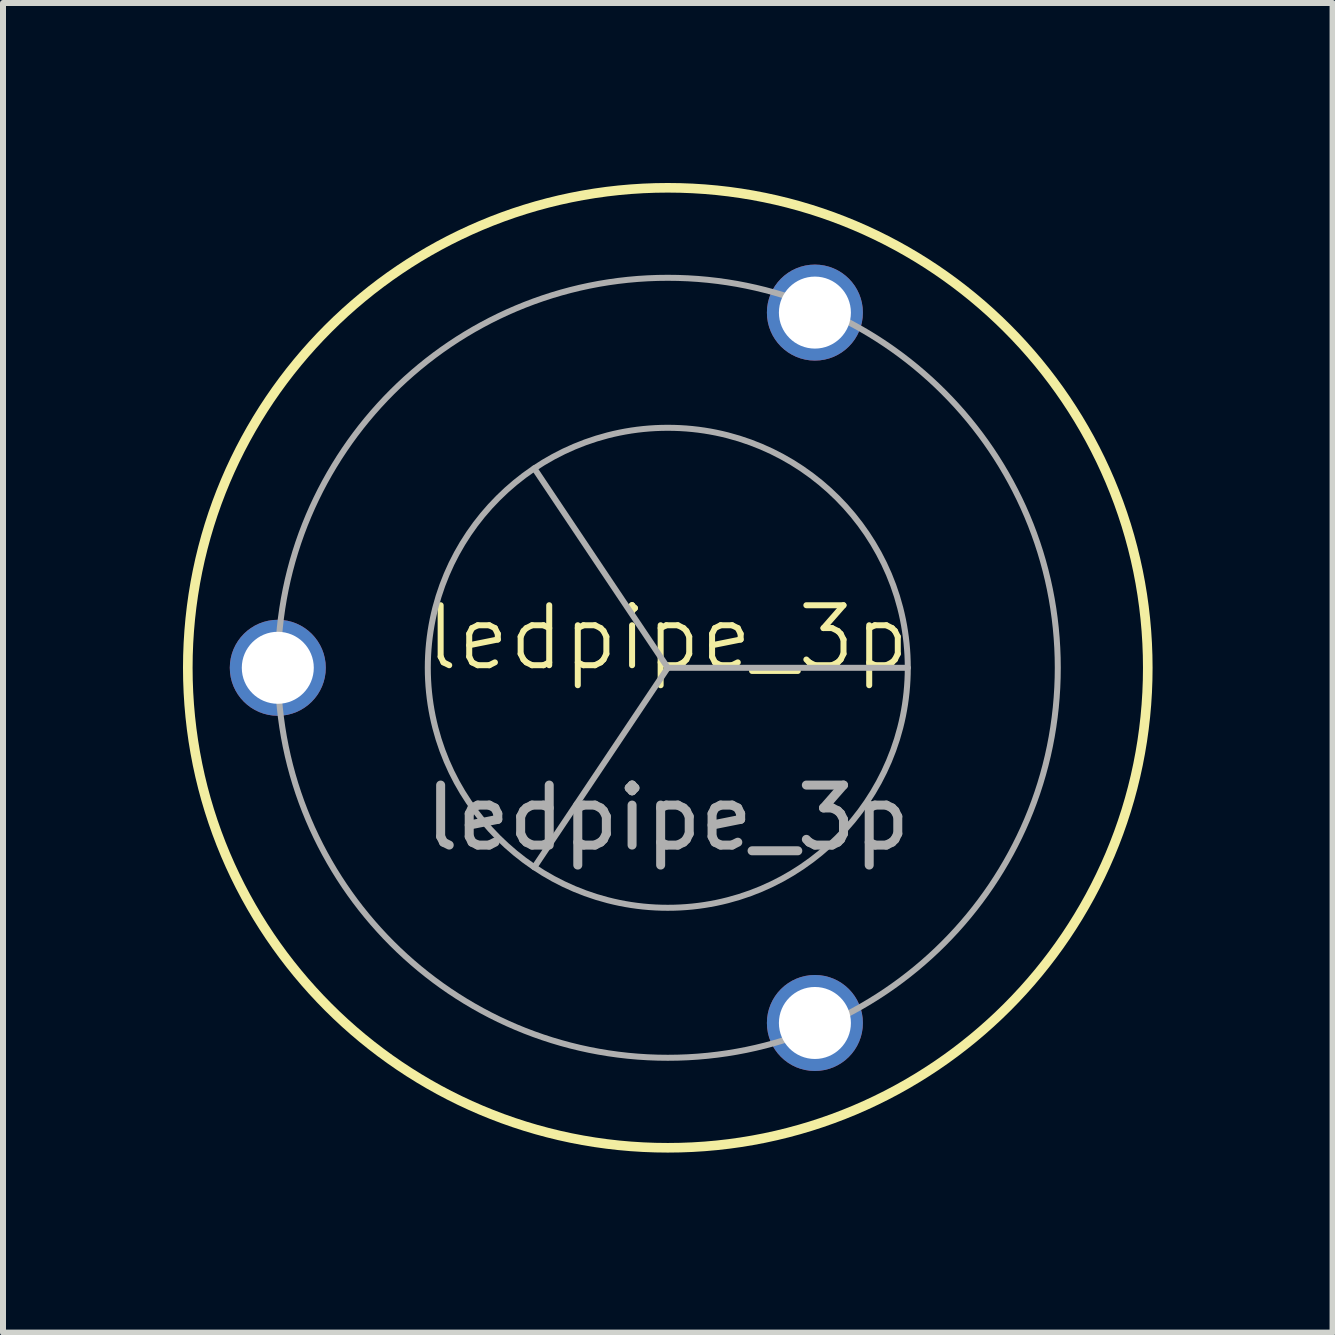
<source format=kicad_pcb>
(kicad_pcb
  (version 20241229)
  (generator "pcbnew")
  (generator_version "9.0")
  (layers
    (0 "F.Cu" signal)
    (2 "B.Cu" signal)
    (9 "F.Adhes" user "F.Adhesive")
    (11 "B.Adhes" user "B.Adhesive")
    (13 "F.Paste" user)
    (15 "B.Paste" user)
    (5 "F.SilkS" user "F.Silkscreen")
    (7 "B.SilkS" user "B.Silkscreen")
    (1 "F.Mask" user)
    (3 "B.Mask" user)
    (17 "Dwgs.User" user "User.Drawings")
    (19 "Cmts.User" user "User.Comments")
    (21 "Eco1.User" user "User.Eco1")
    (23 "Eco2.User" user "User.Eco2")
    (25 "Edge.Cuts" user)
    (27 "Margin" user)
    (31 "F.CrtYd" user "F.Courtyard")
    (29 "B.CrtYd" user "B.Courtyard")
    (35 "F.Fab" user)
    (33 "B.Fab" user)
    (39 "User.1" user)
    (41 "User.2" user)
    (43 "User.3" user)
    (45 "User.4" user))
  (footprint "ledpipe_3p"
    (layer "F.Cu")
    (at 8.08 8.08)
    (property "Reference" "ledpipe_3p" (at 0 -0.5 0) (unlocked yes) (layer "F.SilkS") (effects (font (size 1 1) (thickness 0.1))))
    (attr through_hole board_only exclude_from_pos_files exclude_from_bom)
    (fp_circle (center 0 0) (end 8 0) (stroke (width 0.16) (type solid)) (fill no) (layer "F.SilkS"))
    (fp_line (start 0 0) (end -2.225 -3.324) (stroke (width 0.1) (type solid)) (layer "F.Fab"))
    (fp_line (start 0 0) (end -2.225 3.324) (stroke (width 0.1) (type solid)) (layer "F.Fab"))
    (fp_line (start 0 0) (end 4 0) (stroke (width 0.1) (type solid)) (layer "F.Fab"))
    (fp_circle (center 0 0) (end 4 0) (stroke (width 0.1) (type solid)) (fill no) (layer "F.Fab"))
    (fp_circle (center 0 0) (end 6.5 0) (stroke (width 0.1) (type solid)) (fill no) (layer "F.Fab"))
    (fp_text user "${REFERENCE}" (at 0 2.5 0) (unlocked yes) (layer "F.Fab") (effects (font (size 1 1) (thickness 0.15))))
    (pad "1" thru_hole circle (at -6.5 0) (size 1.6 1.6) (drill 1.2) (layers "*.Cu" "*.Mask"))
    (pad "1" thru_hole circle (at 2.452 -5.92) (size 1.6 1.6) (drill 1.2) (layers "*.Cu" "*.Mask"))
    (pad "1" thru_hole circle (at 2.452 5.92) (size 1.6 1.6) (drill 1.2) (layers "*.Cu" "*.Mask")))
  (gr_rect
    (start -3 -3)
    (end 19.16 19.16)
    (stroke (width 0.1) (type default))
    (fill no)
    (layer "Edge.Cuts")))
</source>
